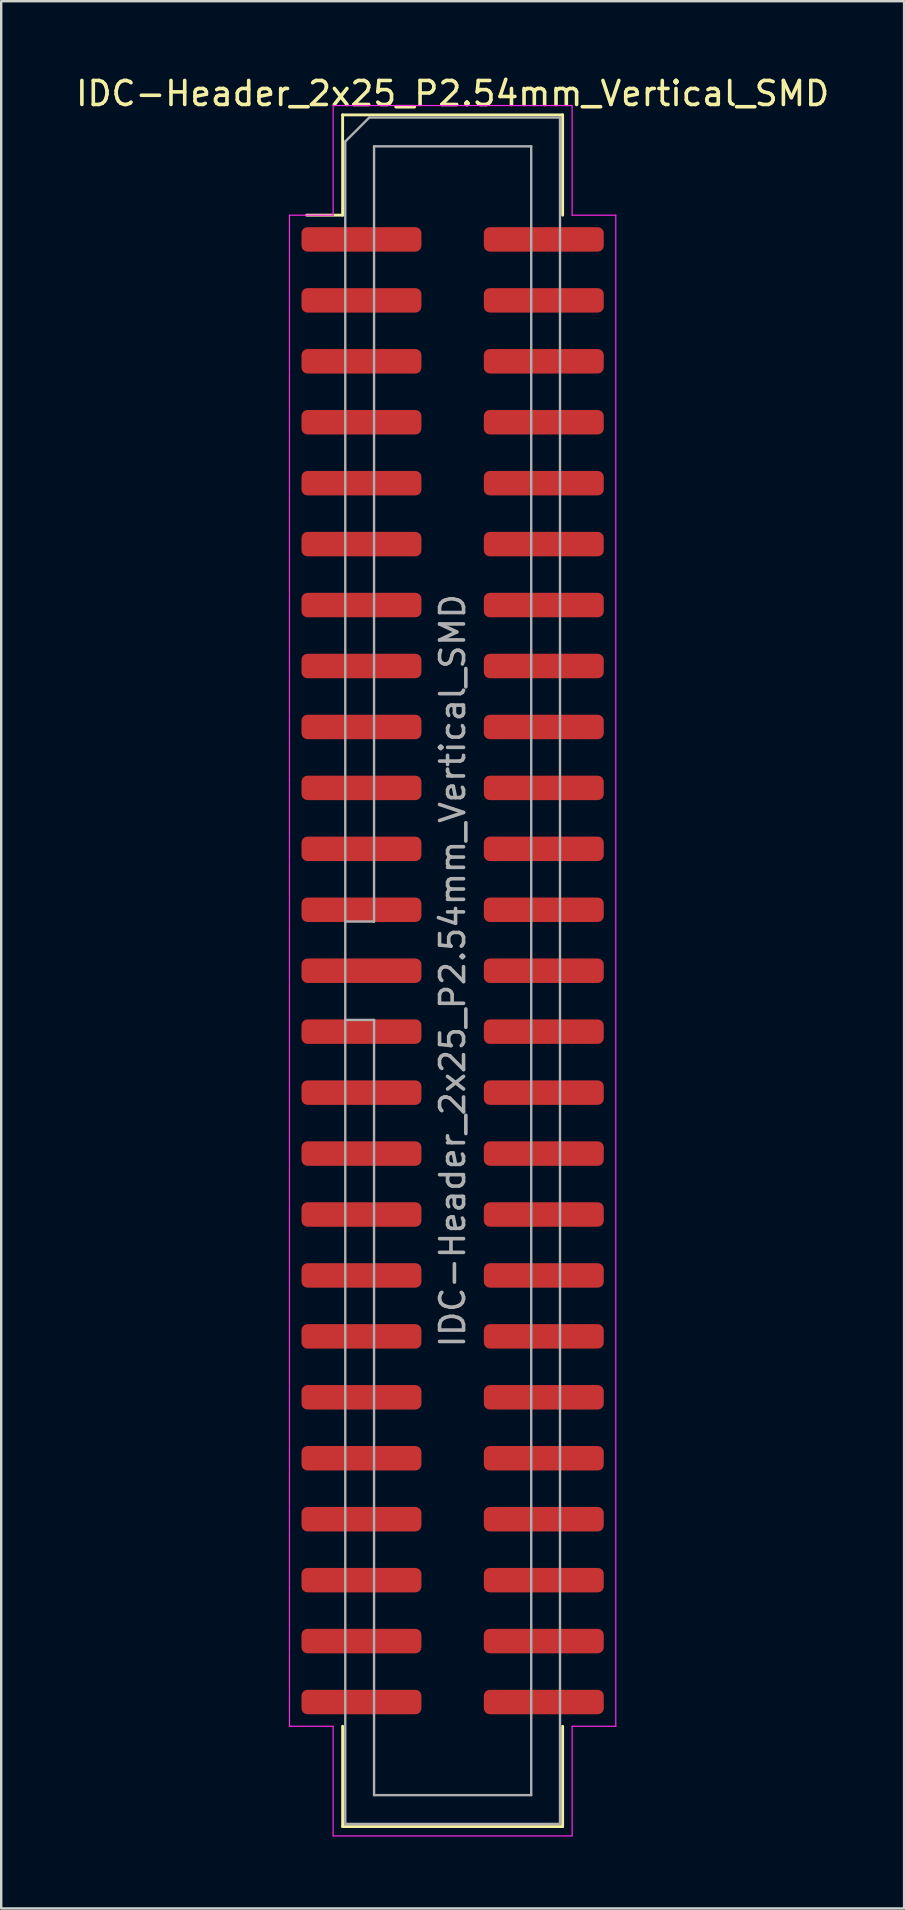
<source format=kicad_pcb>
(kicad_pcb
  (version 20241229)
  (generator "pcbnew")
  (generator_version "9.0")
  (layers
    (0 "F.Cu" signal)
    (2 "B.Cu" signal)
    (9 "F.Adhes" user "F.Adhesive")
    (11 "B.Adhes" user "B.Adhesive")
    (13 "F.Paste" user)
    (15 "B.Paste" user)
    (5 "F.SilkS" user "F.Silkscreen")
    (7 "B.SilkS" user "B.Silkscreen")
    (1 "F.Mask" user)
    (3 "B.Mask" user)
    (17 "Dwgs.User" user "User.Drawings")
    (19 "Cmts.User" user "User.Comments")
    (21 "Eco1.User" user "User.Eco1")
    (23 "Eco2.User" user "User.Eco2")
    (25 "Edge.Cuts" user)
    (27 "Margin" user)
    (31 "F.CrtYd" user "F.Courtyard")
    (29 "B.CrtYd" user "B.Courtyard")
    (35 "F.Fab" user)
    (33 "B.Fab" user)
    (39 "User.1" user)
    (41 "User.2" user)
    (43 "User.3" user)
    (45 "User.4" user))
  (footprint "IDC-Header_2x25_P2.54mm_Vertical_SMD"
    (layer "F.Cu")
    (at 15.815 37.408)
    (property "Reference" "IDC-Header_2x25_P2.54mm_Vertical_SMD" (at 0 -36.56 0) (layer "F.SilkS") (effects (font (size 1 1) (thickness 0.15))))
    (attr smd)
    (fp_line (start -4.585 -35.67) (end 4.585 -35.67) (stroke (width 0.12) (type solid)) (layer "F.SilkS"))
    (fp_line (start -4.585 -31.49) (end -6.085 -31.49) (stroke (width 0.12) (type solid)) (layer "F.SilkS"))
    (fp_line (start -4.585 -31.49) (end -4.585 -35.67) (stroke (width 0.12) (type solid)) (layer "F.SilkS"))
    (fp_line (start -4.585 31.49) (end -4.585 35.67) (stroke (width 0.12) (type solid)) (layer "F.SilkS"))
    (fp_line (start -4.585 35.67) (end 4.585 35.67) (stroke (width 0.12) (type solid)) (layer "F.SilkS"))
    (fp_line (start 4.585 -35.67) (end 4.585 -31.49) (stroke (width 0.12) (type solid)) (layer "F.SilkS"))
    (fp_line (start 4.585 35.67) (end 4.585 31.49) (stroke (width 0.12) (type solid)) (layer "F.SilkS"))
    (fp_line (start -6.8 -31.49) (end -6.8 31.49) (stroke (width 0.05) (type solid)) (layer "F.CrtYd"))
    (fp_line (start -6.8 31.49) (end -4.98 31.49) (stroke (width 0.05) (type solid)) (layer "F.CrtYd"))
    (fp_line (start -4.98 -36.06) (end -4.98 -31.49) (stroke (width 0.05) (type solid)) (layer "F.CrtYd"))
    (fp_line (start -4.98 -31.49) (end -6.8 -31.49) (stroke (width 0.05) (type solid)) (layer "F.CrtYd"))
    (fp_line (start -4.98 31.49) (end -4.98 36.06) (stroke (width 0.05) (type solid)) (layer "F.CrtYd"))
    (fp_line (start -4.98 36.06) (end 4.98 36.06) (stroke (width 0.05) (type solid)) (layer "F.CrtYd"))
    (fp_line (start 4.98 -36.06) (end -4.98 -36.06) (stroke (width 0.05) (type solid)) (layer "F.CrtYd"))
    (fp_line (start 4.98 -31.49) (end 4.98 -36.06) (stroke (width 0.05) (type solid)) (layer "F.CrtYd"))
    (fp_line (start 4.98 31.49) (end 6.8 31.49) (stroke (width 0.05) (type solid)) (layer "F.CrtYd"))
    (fp_line (start 4.98 36.06) (end 4.98 31.49) (stroke (width 0.05) (type solid)) (layer "F.CrtYd"))
    (fp_line (start 6.8 -31.49) (end 4.98 -31.49) (stroke (width 0.05) (type solid)) (layer "F.CrtYd"))
    (fp_line (start 6.8 31.49) (end 6.8 -31.49) (stroke (width 0.05) (type solid)) (layer "F.CrtYd"))
    (fp_line (start -4.475 -34.56) (end -3.475 -35.56) (stroke (width 0.1) (type solid)) (layer "F.Fab"))
    (fp_line (start -4.475 -2.05) (end -3.275 -2.05) (stroke (width 0.1) (type solid)) (layer "F.Fab"))
    (fp_line (start -4.475 35.56) (end -4.475 -34.56) (stroke (width 0.1) (type solid)) (layer "F.Fab"))
    (fp_line (start -3.475 -35.56) (end 4.475 -35.56) (stroke (width 0.1) (type solid)) (layer "F.Fab"))
    (fp_line (start -3.275 -34.36) (end 3.275 -34.36) (stroke (width 0.1) (type solid)) (layer "F.Fab"))
    (fp_line (start -3.275 -2.05) (end -3.275 -34.36) (stroke (width 0.1) (type solid)) (layer "F.Fab"))
    (fp_line (start -3.275 2.05) (end -4.475 2.05) (stroke (width 0.1) (type solid)) (layer "F.Fab"))
    (fp_line (start -3.275 34.36) (end -3.275 2.05) (stroke (width 0.1) (type solid)) (layer "F.Fab"))
    (fp_line (start 3.275 -34.36) (end 3.275 34.36) (stroke (width 0.1) (type solid)) (layer "F.Fab"))
    (fp_line (start 3.275 34.36) (end -3.275 34.36) (stroke (width 0.1) (type solid)) (layer "F.Fab"))
    (fp_line (start 4.475 -35.56) (end 4.475 35.56) (stroke (width 0.1) (type solid)) (layer "F.Fab"))
    (fp_line (start 4.475 35.56) (end -4.475 35.56) (stroke (width 0.1) (type solid)) (layer "F.Fab"))
    (fp_text user "${REFERENCE}" (at 0 0 90) (layer "F.Fab") (effects (font (size 1 1) (thickness 0.15))))
    (pad "1" smd roundrect (at -3.8 -30.48) (size 5 1.02) (layers "F.Cu" "F.Mask" "F.Paste") (roundrect_rratio 0.245))
    (pad "2" smd roundrect (at 3.8 -30.48) (size 5 1.02) (layers "F.Cu" "F.Mask" "F.Paste") (roundrect_rratio 0.245))
    (pad "3" smd roundrect (at -3.8 -27.94) (size 5 1.02) (layers "F.Cu" "F.Mask" "F.Paste") (roundrect_rratio 0.245))
    (pad "4" smd roundrect (at 3.8 -27.94) (size 5 1.02) (layers "F.Cu" "F.Mask" "F.Paste") (roundrect_rratio 0.245))
    (pad "5" smd roundrect (at -3.8 -25.4) (size 5 1.02) (layers "F.Cu" "F.Mask" "F.Paste") (roundrect_rratio 0.245))
    (pad "6" smd roundrect (at 3.8 -25.4) (size 5 1.02) (layers "F.Cu" "F.Mask" "F.Paste") (roundrect_rratio 0.245))
    (pad "7" smd roundrect (at -3.8 -22.86) (size 5 1.02) (layers "F.Cu" "F.Mask" "F.Paste") (roundrect_rratio 0.245))
    (pad "8" smd roundrect (at 3.8 -22.86) (size 5 1.02) (layers "F.Cu" "F.Mask" "F.Paste") (roundrect_rratio 0.245))
    (pad "9" smd roundrect (at -3.8 -20.32) (size 5 1.02) (layers "F.Cu" "F.Mask" "F.Paste") (roundrect_rratio 0.245))
    (pad "10" smd roundrect (at 3.8 -20.32) (size 5 1.02) (layers "F.Cu" "F.Mask" "F.Paste") (roundrect_rratio 0.245))
    (pad "11" smd roundrect (at -3.8 -17.78) (size 5 1.02) (layers "F.Cu" "F.Mask" "F.Paste") (roundrect_rratio 0.245))
    (pad "12" smd roundrect (at 3.8 -17.78) (size 5 1.02) (layers "F.Cu" "F.Mask" "F.Paste") (roundrect_rratio 0.245))
    (pad "13" smd roundrect (at -3.8 -15.24) (size 5 1.02) (layers "F.Cu" "F.Mask" "F.Paste") (roundrect_rratio 0.245))
    (pad "14" smd roundrect (at 3.8 -15.24) (size 5 1.02) (layers "F.Cu" "F.Mask" "F.Paste") (roundrect_rratio 0.245))
    (pad "15" smd roundrect (at -3.8 -12.7) (size 5 1.02) (layers "F.Cu" "F.Mask" "F.Paste") (roundrect_rratio 0.245))
    (pad "16" smd roundrect (at 3.8 -12.7) (size 5 1.02) (layers "F.Cu" "F.Mask" "F.Paste") (roundrect_rratio 0.245))
    (pad "17" smd roundrect (at -3.8 -10.16) (size 5 1.02) (layers "F.Cu" "F.Mask" "F.Paste") (roundrect_rratio 0.245))
    (pad "18" smd roundrect (at 3.8 -10.16) (size 5 1.02) (layers "F.Cu" "F.Mask" "F.Paste") (roundrect_rratio 0.245))
    (pad "19" smd roundrect (at -3.8 -7.62) (size 5 1.02) (layers "F.Cu" "F.Mask" "F.Paste") (roundrect_rratio 0.245))
    (pad "20" smd roundrect (at 3.8 -7.62) (size 5 1.02) (layers "F.Cu" "F.Mask" "F.Paste") (roundrect_rratio 0.245))
    (pad "21" smd roundrect (at -3.8 -5.08) (size 5 1.02) (layers "F.Cu" "F.Mask" "F.Paste") (roundrect_rratio 0.245))
    (pad "22" smd roundrect (at 3.8 -5.08) (size 5 1.02) (layers "F.Cu" "F.Mask" "F.Paste") (roundrect_rratio 0.245))
    (pad "23" smd roundrect (at -3.8 -2.54) (size 5 1.02) (layers "F.Cu" "F.Mask" "F.Paste") (roundrect_rratio 0.245))
    (pad "24" smd roundrect (at 3.8 -2.54) (size 5 1.02) (layers "F.Cu" "F.Mask" "F.Paste") (roundrect_rratio 0.245))
    (pad "25" smd roundrect (at -3.8 0) (size 5 1.02) (layers "F.Cu" "F.Mask" "F.Paste") (roundrect_rratio 0.245))
    (pad "26" smd roundrect (at 3.8 0) (size 5 1.02) (layers "F.Cu" "F.Mask" "F.Paste") (roundrect_rratio 0.245))
    (pad "27" smd roundrect (at -3.8 2.54) (size 5 1.02) (layers "F.Cu" "F.Mask" "F.Paste") (roundrect_rratio 0.245))
    (pad "28" smd roundrect (at 3.8 2.54) (size 5 1.02) (layers "F.Cu" "F.Mask" "F.Paste") (roundrect_rratio 0.245))
    (pad "29" smd roundrect (at -3.8 5.08) (size 5 1.02) (layers "F.Cu" "F.Mask" "F.Paste") (roundrect_rratio 0.245))
    (pad "30" smd roundrect (at 3.8 5.08) (size 5 1.02) (layers "F.Cu" "F.Mask" "F.Paste") (roundrect_rratio 0.245))
    (pad "31" smd roundrect (at -3.8 7.62) (size 5 1.02) (layers "F.Cu" "F.Mask" "F.Paste") (roundrect_rratio 0.245))
    (pad "32" smd roundrect (at 3.8 7.62) (size 5 1.02) (layers "F.Cu" "F.Mask" "F.Paste") (roundrect_rratio 0.245))
    (pad "33" smd roundrect (at -3.8 10.16) (size 5 1.02) (layers "F.Cu" "F.Mask" "F.Paste") (roundrect_rratio 0.245))
    (pad "34" smd roundrect (at 3.8 10.16) (size 5 1.02) (layers "F.Cu" "F.Mask" "F.Paste") (roundrect_rratio 0.245))
    (pad "35" smd roundrect (at -3.8 12.7) (size 5 1.02) (layers "F.Cu" "F.Mask" "F.Paste") (roundrect_rratio 0.245))
    (pad "36" smd roundrect (at 3.8 12.7) (size 5 1.02) (layers "F.Cu" "F.Mask" "F.Paste") (roundrect_rratio 0.245))
    (pad "37" smd roundrect (at -3.8 15.24) (size 5 1.02) (layers "F.Cu" "F.Mask" "F.Paste") (roundrect_rratio 0.245))
    (pad "38" smd roundrect (at 3.8 15.24) (size 5 1.02) (layers "F.Cu" "F.Mask" "F.Paste") (roundrect_rratio 0.245))
    (pad "39" smd roundrect (at -3.8 17.78) (size 5 1.02) (layers "F.Cu" "F.Mask" "F.Paste") (roundrect_rratio 0.245))
    (pad "40" smd roundrect (at 3.8 17.78) (size 5 1.02) (layers "F.Cu" "F.Mask" "F.Paste") (roundrect_rratio 0.245))
    (pad "41" smd roundrect (at -3.8 20.32) (size 5 1.02) (layers "F.Cu" "F.Mask" "F.Paste") (roundrect_rratio 0.245))
    (pad "42" smd roundrect (at 3.8 20.32) (size 5 1.02) (layers "F.Cu" "F.Mask" "F.Paste") (roundrect_rratio 0.245))
    (pad "43" smd roundrect (at -3.8 22.86) (size 5 1.02) (layers "F.Cu" "F.Mask" "F.Paste") (roundrect_rratio 0.245))
    (pad "44" smd roundrect (at 3.8 22.86) (size 5 1.02) (layers "F.Cu" "F.Mask" "F.Paste") (roundrect_rratio 0.245))
    (pad "45" smd roundrect (at -3.8 25.4) (size 5 1.02) (layers "F.Cu" "F.Mask" "F.Paste") (roundrect_rratio 0.245))
    (pad "46" smd roundrect (at 3.8 25.4) (size 5 1.02) (layers "F.Cu" "F.Mask" "F.Paste") (roundrect_rratio 0.245))
    (pad "47" smd roundrect (at -3.8 27.94) (size 5 1.02) (layers "F.Cu" "F.Mask" "F.Paste") (roundrect_rratio 0.245))
    (pad "48" smd roundrect (at 3.8 27.94) (size 5 1.02) (layers "F.Cu" "F.Mask" "F.Paste") (roundrect_rratio 0.245))
    (pad "49" smd roundrect (at -3.8 30.48) (size 5 1.02) (layers "F.Cu" "F.Mask" "F.Paste") (roundrect_rratio 0.245))
    (pad "50" smd roundrect (at 3.8 30.48) (size 5 1.02) (layers "F.Cu" "F.Mask" "F.Paste") (roundrect_rratio 0.245)))
  (gr_rect
    (start -3 -3)
    (end 34.631 76.493)
    (stroke (width 0.1) (type default))
    (fill no)
    (layer "Edge.Cuts")))
</source>
